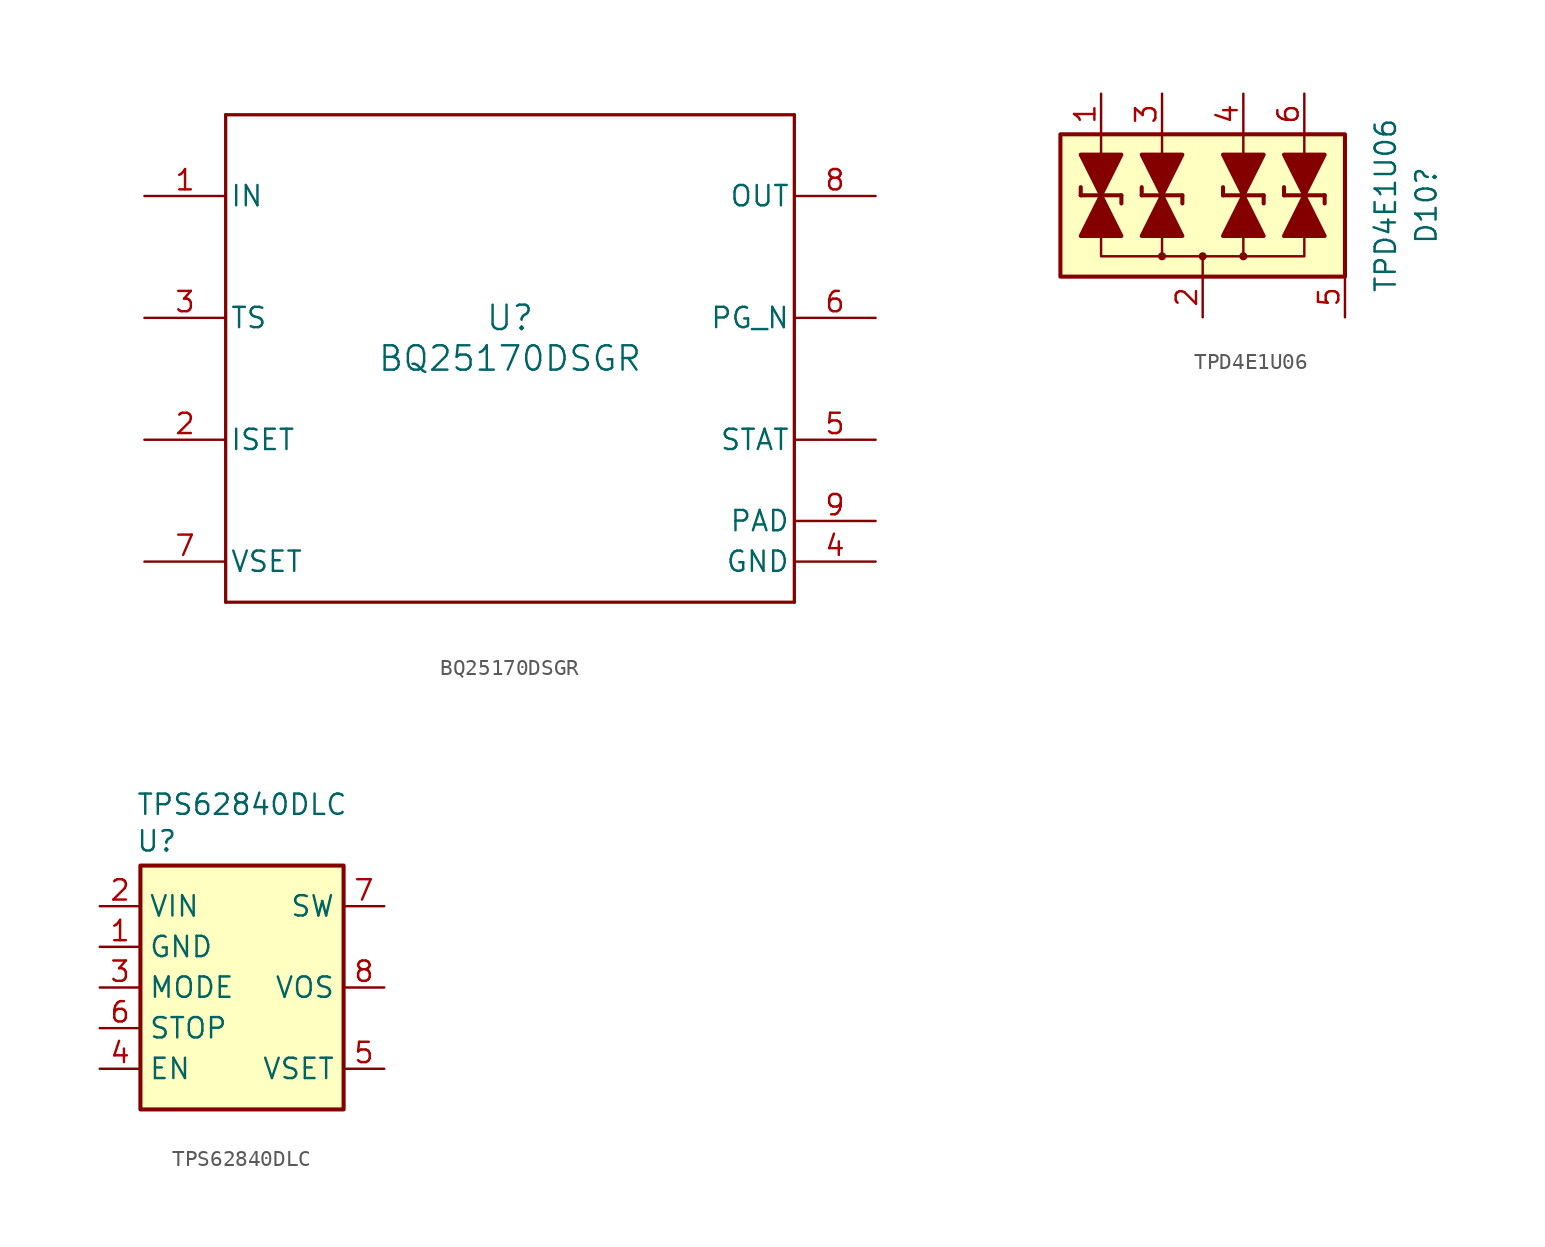
<source format=kicad_sym>
(kicad_symbol_lib
  (version 20241209)
  (generator "kicad_symbol_editor")
  (generator_version "9.0")
  (symbol "BQ25170DSGR"
    (pin_names
      (offset 0.254))
    (property "Reference" "U"
      (at 0 2.54 0)
      (effects (font (size 1.524 1.524))))
    (property "Value" "BQ25170DSGR"
      (at 0 0 0)
      (effects (font (size 1.524 1.524))))
    (property "ki_locked" ""
      (at 0 0 0)
      (effects (font (size 1.27 1.27))))
    (symbol "BQ25170DSGR_0_1"
      (polyline (pts (xy -17.78 15.24) (xy -17.78 -15.24)) (stroke (width 0.203) (type default)) (fill (type none)))
      (polyline (pts (xy -17.78 -15.24) (xy 17.78 -15.24)) (stroke (width 0.203) (type default)) (fill (type none)))
      (polyline (pts (xy 17.78 15.24) (xy -17.78 15.24)) (stroke (width 0.203) (type default)) (fill (type none)))
      (polyline (pts (xy 17.78 -15.24) (xy 17.78 15.24)) (stroke (width 0.203) (type default)) (fill (type none)))
      (pin power_in line (at -22.86 10.16 0) (length 5.08) (name "IN" (effects (font (size 1.27 1.27)))) (number "1" (effects (font (size 1.27 1.27)))))
      (pin bidirectional line (at -22.86 2.54 0) (length 5.08) (name "TS" (effects (font (size 1.27 1.27)))) (number "3" (effects (font (size 1.27 1.27)))))
      (pin input line (at -22.86 -5.08 0) (length 5.08) (name "ISET" (effects (font (size 1.27 1.27)))) (number "2" (effects (font (size 1.27 1.27)))))
      (pin input line (at -22.86 -12.7 0) (length 5.08) (name "VSET" (effects (font (size 1.27 1.27)))) (number "7" (effects (font (size 1.27 1.27)))))
      (pin output line (at 22.86 10.16 180) (length 5.08) (name "OUT" (effects (font (size 1.27 1.27)))) (number "8" (effects (font (size 1.27 1.27)))))
      (pin output line (at 22.86 2.54 180) (length 5.08) (name "PG_N" (effects (font (size 1.27 1.27)))) (number "6" (effects (font (size 1.27 1.27)))))
      (pin output line (at 22.86 -5.08 180) (length 5.08) (name "STAT" (effects (font (size 1.27 1.27)))) (number "5" (effects (font (size 1.27 1.27)))))
      (pin power_in line (at 22.86 -10.16 180) (length 5.08) (name "PAD" (effects (font (size 1.27 1.27)))) (number "9" (effects (font (size 1.27 1.27)))))
      (pin power_in line (at 22.86 -12.7 180) (length 5.08) (name "GND" (effects (font (size 1.27 1.27)))) (number "4" (effects (font (size 1.27 1.27)))))))
  (symbol "TPD4E1U06"
    (pin_names
      (offset 1.016)
      (hide yes))
    (property "Reference" "D10"
      (at 13.97 -0.635 90)
      (effects (font (size 1.27 1.27))))
    (property "Value" "TPD4E1U06"
      (at 11.43 -0.635 90)
      (effects (font (size 1.27 1.27))))
    (symbol "TPD4E1U06_0_1"
      (rectangle (start -8.89 3.81) (end 8.89 -5.08) (stroke (width 0.254) (type default)) (fill (type background)))
      (polyline (pts (xy -6.35 2.54) (xy -6.35 3.81)) (stroke (width 0) (type default)) (fill (type none)))
      (polyline (pts (xy -6.35 2.54) (xy -6.35 1.27)) (stroke (width 0) (type default)) (fill (type none)))
      (polyline (pts (xy -6.35 -2.54) (xy -6.35 -3.81) (xy 6.35 -3.81) (xy 6.35 -2.54)) (stroke (width 0) (type default)) (fill (type none)))
      (polyline (pts (xy -2.54 2.54) (xy -2.54 3.81)) (stroke (width 0) (type default)) (fill (type none)))
      (polyline (pts (xy -2.54 2.54) (xy -2.54 1.27)) (stroke (width 0) (type default)) (fill (type none)))
      (polyline (pts (xy -2.54 -2.54) (xy -2.54 -3.81)) (stroke (width 0) (type default)) (fill (type none)))
      (polyline (pts (xy 0 -3.81) (xy 0 -5.08)) (stroke (width 0) (type default)) (fill (type none)))
      (polyline (pts (xy 2.54 2.54) (xy 2.54 3.81)) (stroke (width 0) (type default)) (fill (type none)))
      (polyline (pts (xy 2.54 2.54) (xy 2.54 1.27)) (stroke (width 0) (type default)) (fill (type none)))
      (polyline (pts (xy 2.54 -2.54) (xy 2.54 -3.81)) (stroke (width 0) (type default)) (fill (type none)))
      (polyline (pts (xy 6.35 2.54) (xy 6.35 3.81)) (stroke (width 0) (type default)) (fill (type none)))
      (polyline (pts (xy 6.35 2.54) (xy 6.35 1.27)) (stroke (width 0) (type default)) (fill (type none))))
    (symbol "TPD4E1U06_1_1"
      (polyline (pts (xy -7.62 2.54) (xy -5.08 2.54) (xy -6.35 0) (xy -7.62 2.54)) (stroke (width 0.254) (type default)) (fill (type outline)))
      (polyline (pts (xy -7.62 0) (xy -7.62 0.508)) (stroke (width 0.254) (type default)) (fill (type none)))
      (polyline (pts (xy -7.62 0) (xy -5.08 0)) (stroke (width 0.254) (type default)) (fill (type none)))
      (polyline (pts (xy -6.35 1.27) (xy -6.35 -1.27)) (stroke (width 0) (type default)) (fill (type none)))
      (polyline (pts (xy -6.35 0) (xy -7.62 -2.54) (xy -5.08 -2.54) (xy -6.35 0)) (stroke (width 0.254) (type default)) (fill (type outline)))
      (polyline (pts (xy -5.08 0) (xy -5.08 -0.508)) (stroke (width 0.254) (type default)) (fill (type none)))
      (polyline (pts (xy -3.81 2.54) (xy -1.27 2.54) (xy -2.54 0) (xy -3.81 2.54)) (stroke (width 0.254) (type default)) (fill (type outline)))
      (polyline (pts (xy -3.81 0) (xy -3.81 0.508)) (stroke (width 0.254) (type default)) (fill (type none)))
      (polyline (pts (xy -3.81 0) (xy -1.27 0)) (stroke (width 0.254) (type default)) (fill (type none)))
      (polyline (pts (xy -2.54 1.27) (xy -2.54 -1.27)) (stroke (width 0) (type default)) (fill (type none)))
      (polyline (pts (xy -2.54 0) (xy -3.81 -2.54) (xy -1.27 -2.54) (xy -2.54 0)) (stroke (width 0.254) (type default)) (fill (type outline)))
      (circle (center -2.54 -3.81) (radius 0.178) (stroke (width 0) (type default)) (fill (type outline)))
      (polyline (pts (xy -1.27 0) (xy -1.27 -0.508)) (stroke (width 0.254) (type default)) (fill (type none)))
      (circle (center 0 -3.81) (radius 0.178) (stroke (width 0) (type default)) (fill (type outline)))
      (polyline (pts (xy 1.27 2.54) (xy 3.81 2.54) (xy 2.54 0) (xy 1.27 2.54)) (stroke (width 0.254) (type default)) (fill (type outline)))
      (polyline (pts (xy 1.27 0) (xy 1.27 0.508)) (stroke (width 0.254) (type default)) (fill (type none)))
      (polyline (pts (xy 1.27 0) (xy 3.81 0)) (stroke (width 0.254) (type default)) (fill (type none)))
      (polyline (pts (xy 2.54 1.27) (xy 2.54 -1.27)) (stroke (width 0) (type default)) (fill (type none)))
      (polyline (pts (xy 2.54 0) (xy 1.27 -2.54) (xy 3.81 -2.54) (xy 2.54 0)) (stroke (width 0.254) (type default)) (fill (type outline)))
      (circle (center 2.54 -3.81) (radius 0.178) (stroke (width 0) (type default)) (fill (type outline)))
      (polyline (pts (xy 3.81 0) (xy 3.81 -0.508)) (stroke (width 0.254) (type default)) (fill (type none)))
      (polyline (pts (xy 5.08 2.54) (xy 7.62 2.54) (xy 6.35 0) (xy 5.08 2.54)) (stroke (width 0.254) (type default)) (fill (type outline)))
      (polyline (pts (xy 5.08 0) (xy 5.08 0.508)) (stroke (width 0.254) (type default)) (fill (type none)))
      (polyline (pts (xy 5.08 0) (xy 7.62 0)) (stroke (width 0.254) (type default)) (fill (type none)))
      (polyline (pts (xy 6.35 1.27) (xy 6.35 -1.27)) (stroke (width 0) (type default)) (fill (type none)))
      (polyline (pts (xy 6.35 0) (xy 5.08 -2.54) (xy 7.62 -2.54) (xy 6.35 0)) (stroke (width 0.254) (type default)) (fill (type outline)))
      (polyline (pts (xy 7.62 0) (xy 7.62 -0.508)) (stroke (width 0.254) (type default)) (fill (type none)))
      (pin passive line (at -6.35 6.35 270) (length 2.54) (name "L1" (effects (font (size 1.27 1.27)))) (number "1" (effects (font (size 1.27 1.27)))))
      (pin passive line (at -2.54 6.35 270) (length 2.54) (name "L2" (effects (font (size 1.27 1.27)))) (number "3" (effects (font (size 1.27 1.27)))))
      (pin passive line (at 0 -7.62 90) (length 2.54) (name "VN" (effects (font (size 1.27 1.27)))) (number "2" (effects (font (size 1.27 1.27)))))
      (pin passive line (at 2.54 6.35 270) (length 2.54) (name "L3" (effects (font (size 1.27 1.27)))) (number "4" (effects (font (size 1.27 1.27)))))
      (pin passive line (at 6.35 6.35 270) (length 2.54) (name "L4" (effects (font (size 1.27 1.27)))) (number "6" (effects (font (size 1.27 1.27)))))
      (pin passive line (at 8.89 -7.62 90) (length 2.54) (name "NC" (effects (font (size 1.27 1.27)))) (number "5" (effects (font (size 1.27 1.27)))))))
  (symbol "TPS62840DLC"
    (property "Reference" "U"
      (at -5.334 9.144 0)
      (effects (font (size 1.27 1.27))))
    (property "Value" "TPS62840DLC"
      (at 0 11.43 0)
      (effects (font (size 1.27 1.27))))
    (symbol "TPS62840DLC_0_1"
      (rectangle (start -6.35 7.62) (end 6.35 -7.62) (stroke (width 0.254) (type default)) (fill (type background))))
    (symbol "TPS62840DLC_1_1"
      (pin power_in line (at -8.89 5.08 0) (length 2.54) (name "VIN" (effects (font (size 1.27 1.27)))) (number "2" (effects (font (size 1.27 1.27)))))
      (pin power_in line (at -8.89 2.54 0) (length 2.54) (name "GND" (effects (font (size 1.27 1.27)))) (number "1" (effects (font (size 1.27 1.27)))))
      (pin input line (at -8.89 0 0) (length 2.54) (name "MODE" (effects (font (size 1.27 1.27)))) (number "3" (effects (font (size 1.27 1.27)))))
      (pin input line (at -8.89 -2.54 0) (length 2.54) (name "STOP" (effects (font (size 1.27 1.27)))) (number "6" (effects (font (size 1.27 1.27)))))
      (pin input line (at -8.89 -5.08 0) (length 2.54) (name "EN" (effects (font (size 1.27 1.27)))) (number "4" (effects (font (size 1.27 1.27)))))
      (pin power_out line (at 8.89 5.08 180) (length 2.54) (name "SW" (effects (font (size 1.27 1.27)))) (number "7" (effects (font (size 1.27 1.27)))))
      (pin power_out line (at 8.89 0 180) (length 2.54) (name "VOS" (effects (font (size 1.27 1.27)))) (number "8" (effects (font (size 1.27 1.27)))))
      (pin input line (at 8.89 -5.08 180) (length 2.54) (name "VSET" (effects (font (size 1.27 1.27)))) (number "5" (effects (font (size 1.27 1.27))))))))
</source>
